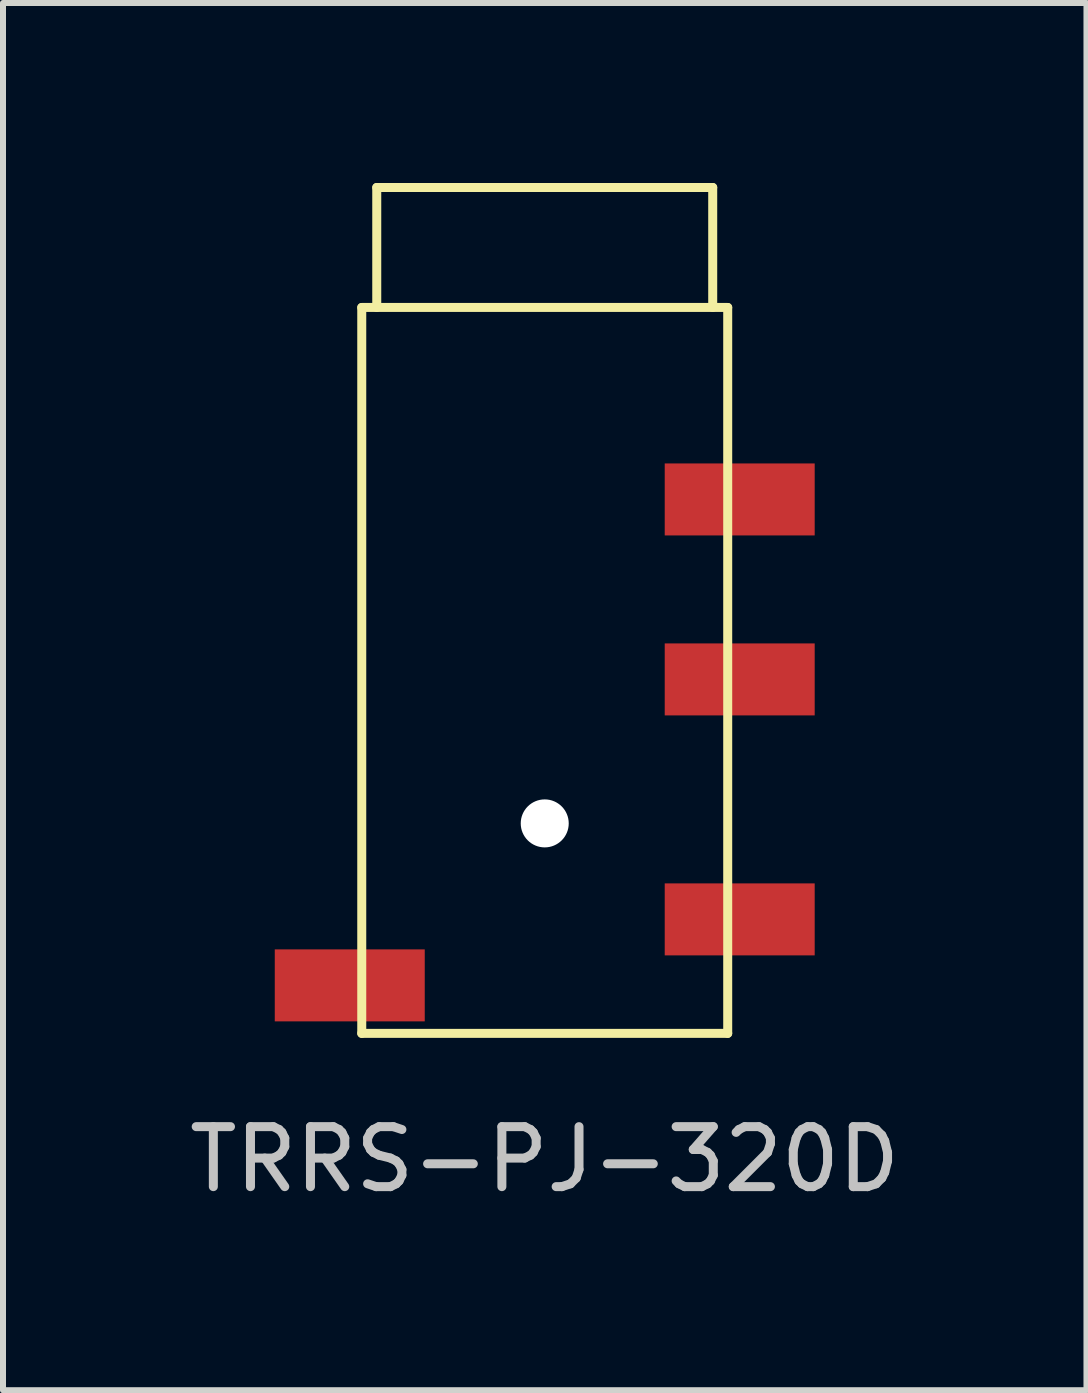
<source format=kicad_pcb>
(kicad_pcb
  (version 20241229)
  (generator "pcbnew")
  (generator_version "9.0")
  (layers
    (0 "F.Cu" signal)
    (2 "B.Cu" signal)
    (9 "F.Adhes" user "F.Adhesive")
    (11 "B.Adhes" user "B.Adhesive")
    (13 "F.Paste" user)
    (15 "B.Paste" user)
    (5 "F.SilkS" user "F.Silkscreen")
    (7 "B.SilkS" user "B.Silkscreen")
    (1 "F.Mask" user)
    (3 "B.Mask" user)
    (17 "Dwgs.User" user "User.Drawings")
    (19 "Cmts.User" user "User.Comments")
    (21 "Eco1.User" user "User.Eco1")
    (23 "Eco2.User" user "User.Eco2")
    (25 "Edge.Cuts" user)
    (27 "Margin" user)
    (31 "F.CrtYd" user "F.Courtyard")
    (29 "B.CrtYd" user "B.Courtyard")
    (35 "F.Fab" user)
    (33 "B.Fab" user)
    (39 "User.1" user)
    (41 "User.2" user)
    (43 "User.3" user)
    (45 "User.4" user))
  (footprint "TRRS-PJ-320D"
    (layer "F.Cu")
    (at 6.03 2.075)
    (property "Reference" "TRRS-PJ-320D" (at 0 14.2 0) (layer "Dwgs.User") (effects (font (size 1 1) (thickness 0.15))))
    (attr through_hole)
    (fp_line (start -3.05 0) (end -3.05 12.1) (stroke (width 0.15) (type solid)) (layer "F.SilkS"))
    (fp_line (start -2.8 0) (end -2.8 -2) (stroke (width 0.15) (type solid)) (layer "F.SilkS"))
    (fp_line (start 2.8 -2) (end -2.8 -2) (stroke (width 0.15) (type solid)) (layer "F.SilkS"))
    (fp_line (start 2.8 0) (end 2.8 -2) (stroke (width 0.15) (type solid)) (layer "F.SilkS"))
    (fp_line (start 3.05 0) (end -3.05 0) (stroke (width 0.15) (type solid)) (layer "F.SilkS"))
    (fp_line (start 3.05 0) (end 3.05 12.1) (stroke (width 0.15) (type solid)) (layer "F.SilkS"))
    (fp_line (start 3.05 12.1) (end -3.05 12.1) (stroke (width 0.15) (type solid)) (layer "F.SilkS"))
    (pad "" np_thru_hole circle (at 0 8.6) (size 0.8 0.8) (drill 0.8) (layers "*.Cu" "*.Mask"))
    (pad "1" smd rect (at -3.25 11.3) (size 2.5 1.2) (layers "F.Cu" "F.Mask" "F.Paste"))
    (pad "2" smd rect (at 3.25 10.2) (size 2.5 1.2) (layers "F.Cu" "F.Mask" "F.Paste"))
    (pad "3" smd rect (at 3.25 6.2) (size 2.5 1.2) (layers "F.Cu" "F.Mask" "F.Paste"))
    (pad "4" smd rect (at 3.25 3.2) (size 2.5 1.2) (layers "F.Cu" "F.Mask" "F.Paste")))
  (gr_rect
    (start -3 -3)
    (end 15.06 20.123)
    (stroke (width 0.1) (type default))
    (fill no)
    (layer "Edge.Cuts")))
</source>
